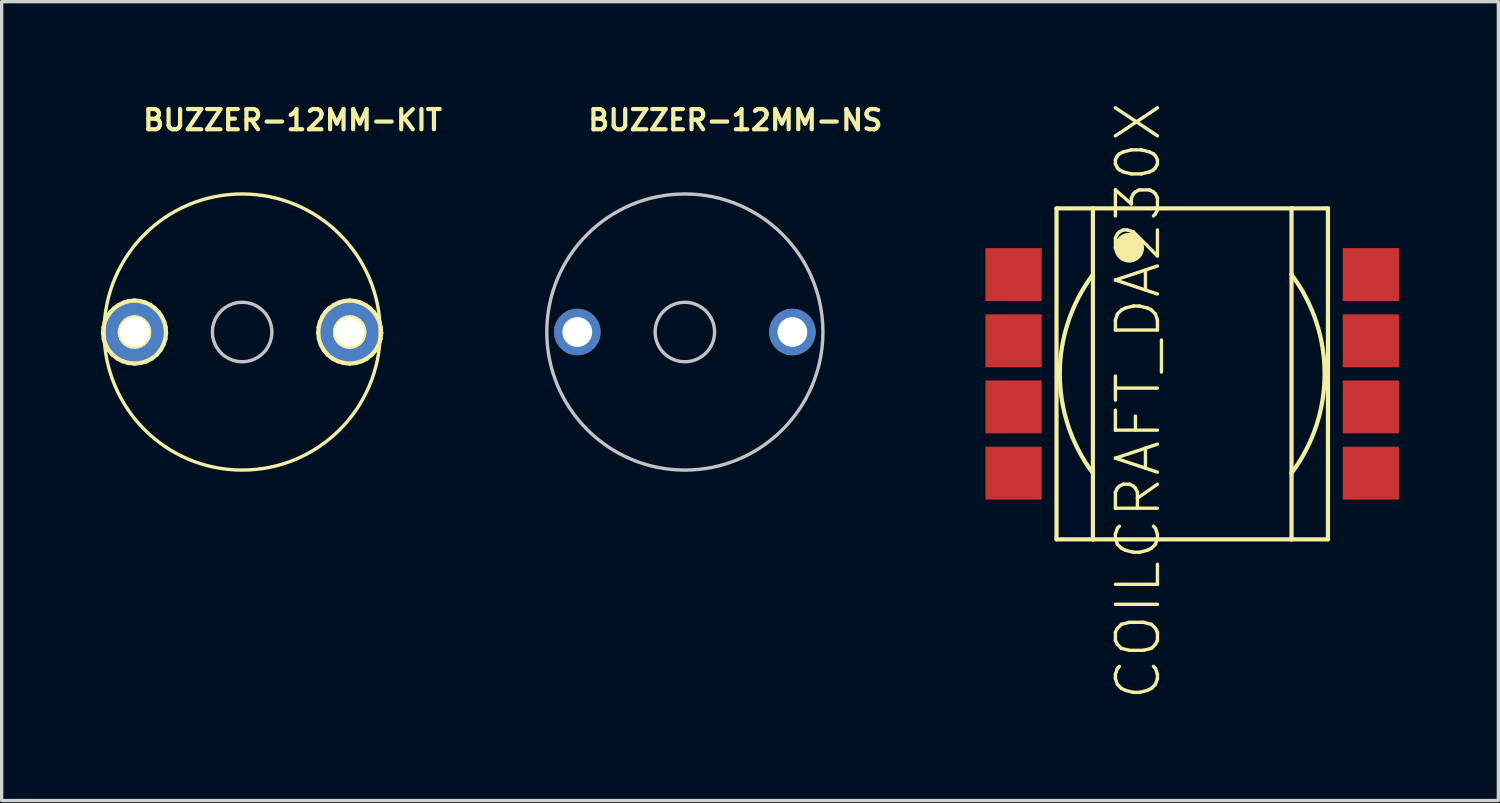
<source format=kicad_pcb>
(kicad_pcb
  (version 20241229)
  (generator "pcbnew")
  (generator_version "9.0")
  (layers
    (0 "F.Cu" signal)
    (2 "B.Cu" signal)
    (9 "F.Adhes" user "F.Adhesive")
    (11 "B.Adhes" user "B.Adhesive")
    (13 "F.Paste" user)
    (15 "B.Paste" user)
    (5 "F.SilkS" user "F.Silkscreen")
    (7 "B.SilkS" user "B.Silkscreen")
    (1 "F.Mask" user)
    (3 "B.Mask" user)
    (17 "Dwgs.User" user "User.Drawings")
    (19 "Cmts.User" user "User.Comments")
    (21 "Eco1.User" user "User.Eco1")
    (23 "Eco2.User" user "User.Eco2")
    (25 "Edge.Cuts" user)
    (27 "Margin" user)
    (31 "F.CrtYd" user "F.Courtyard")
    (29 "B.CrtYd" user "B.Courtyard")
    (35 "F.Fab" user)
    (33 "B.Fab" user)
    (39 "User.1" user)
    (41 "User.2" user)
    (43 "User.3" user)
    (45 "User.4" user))
  (footprint "COILCRAFT_DA230X"
    (layer "F.Cu")
    (at 32.966 8.244)
    (property "Reference" "COILCRAFT_DA230X" (at -1.633 0.823 90) (layer "F.SilkS") (effects (font (size 1.27 1.27) (thickness 0.102))))
    (attr smd)
    (fp_line (start -4.1 -4.999) (end -4.1 4.999) (stroke (width 0.127) (type solid)) (layer "F.SilkS"))
    (fp_line (start -4.1 -4.999) (end -3 -4.999) (stroke (width 0.127) (type solid)) (layer "F.SilkS"))
    (fp_line (start -4.1 4.999) (end -3 4.999) (stroke (width 0.127) (type solid)) (layer "F.SilkS"))
    (fp_line (start -3 -4.999) (end -3 -3) (stroke (width 0.127) (type solid)) (layer "F.SilkS"))
    (fp_line (start -3 -4.999) (end 3 -4.999) (stroke (width 0.127) (type solid)) (layer "F.SilkS"))
    (fp_line (start -3 -3) (end -3 3) (stroke (width 0.127) (type solid)) (layer "F.SilkS"))
    (fp_line (start -3 3) (end -3 4.999) (stroke (width 0.127) (type solid)) (layer "F.SilkS"))
    (fp_line (start -3 4.999) (end 3 4.999) (stroke (width 0.127) (type solid)) (layer "F.SilkS"))
    (fp_line (start 3 -4.999) (end 3 -3) (stroke (width 0.127) (type solid)) (layer "F.SilkS"))
    (fp_line (start 3 -4.999) (end 4.1 -4.999) (stroke (width 0.127) (type solid)) (layer "F.SilkS"))
    (fp_line (start 3 -3) (end 3 3) (stroke (width 0.127) (type solid)) (layer "F.SilkS"))
    (fp_line (start 3 3) (end 3 4.999) (stroke (width 0.127) (type solid)) (layer "F.SilkS"))
    (fp_line (start 3 4.999) (end 4.1 4.999) (stroke (width 0.127) (type solid)) (layer "F.SilkS"))
    (fp_line (start 4.1 -4.999) (end 4.1 4.999) (stroke (width 0.127) (type solid)) (layer "F.SilkS"))
    (fp_arc (start -2.99974 2.99974) (mid -3.999991 0.002752) (end -3.003041 -2.995336) (stroke (width 0.127) (type solid)) (layer "F.SilkS"))
    (fp_arc (start 2.99974 -2.99974) (mid 3.999991 -0.002752) (end 3.003041 2.995336) (stroke (width 0.127) (type solid)) (layer "F.SilkS"))
    (fp_circle (center -1.905 -3.81) (end -2.223 -4.128) (stroke (width 0) (type solid)) (fill yes) (layer "F.SilkS"))
    (pad "P$1" smd rect (at -5.397 -3) (size 1.699 1.598) (layers "F.Cu" "F.Mask" "F.Paste"))
    (pad "P$2" smd rect (at -5.397 -0.998) (size 1.699 1.598) (layers "F.Cu" "F.Mask" "F.Paste"))
    (pad "P$3" smd rect (at -5.397 0.998) (size 1.699 1.598) (layers "F.Cu" "F.Mask" "F.Paste"))
    (pad "P$4" smd rect (at -5.397 3) (size 1.699 1.598) (layers "F.Cu" "F.Mask" "F.Paste"))
    (pad "P$5" smd rect (at 5.397 3) (size 1.699 1.598) (layers "F.Cu" "F.Mask" "F.Paste"))
    (pad "P$6" smd rect (at 5.397 0.998) (size 1.699 1.598) (layers "F.Cu" "F.Mask" "F.Paste"))
    (pad "P$7" smd rect (at 5.397 -0.998) (size 1.699 1.598) (layers "F.Cu" "F.Mask" "F.Paste"))
    (pad "P$8" smd rect (at 5.397 -3) (size 1.699 1.598) (layers "F.Cu" "F.Mask" "F.Paste")))
  (footprint "BUZZER-12MM-KIT"
    (layer "F.Cu")
    (at 4.265 6.98)
    (property "Reference" "BUZZER-12MM-KIT" (at 1.524 -6.401 0) (layer "F.SilkS") (effects (font (size 0.61 0.61) (thickness 0.127))))
    (attr exclude_from_pos_files exclude_from_bom)
    (fp_line (start -4.201 0.02) (end -4.188 -0.142) (stroke (width 0.127) (type solid)) (layer "F.SilkS"))
    (fp_line (start -4.188 -0.142) (end -4.148 -0.307) (stroke (width 0.127) (type solid)) (layer "F.SilkS"))
    (fp_line (start -4.181 0.206) (end -4.201 0.02) (stroke (width 0.127) (type solid)) (layer "F.SilkS"))
    (fp_line (start -4.148 -0.307) (end -4.079 -0.46) (stroke (width 0.127) (type solid)) (layer "F.SilkS"))
    (fp_line (start -4.125 0.381) (end -4.181 0.206) (stroke (width 0.127) (type solid)) (layer "F.SilkS"))
    (fp_line (start -4.079 -0.46) (end -3.985 -0.599) (stroke (width 0.127) (type solid)) (layer "F.SilkS"))
    (fp_line (start -4.036 0.544) (end -4.125 0.381) (stroke (width 0.127) (type solid)) (layer "F.SilkS"))
    (fp_line (start -3.985 -0.599) (end -3.866 -0.719) (stroke (width 0.127) (type solid)) (layer "F.SilkS"))
    (fp_line (start -3.917 0.683) (end -4.036 0.544) (stroke (width 0.127) (type solid)) (layer "F.SilkS"))
    (fp_line (start -3.866 -0.719) (end -3.731 -0.815) (stroke (width 0.127) (type solid)) (layer "F.SilkS"))
    (fp_line (start -3.772 0.8) (end -3.917 0.683) (stroke (width 0.127) (type solid)) (layer "F.SilkS"))
    (fp_line (start -3.731 -0.815) (end -3.579 -0.889) (stroke (width 0.127) (type solid)) (layer "F.SilkS"))
    (fp_line (start -3.696 0.018) (end -3.686 -0.081) (stroke (width 0.127) (type solid)) (layer "F.SilkS"))
    (fp_line (start -3.686 -0.081) (end -3.655 -0.178) (stroke (width 0.127) (type solid)) (layer "F.SilkS"))
    (fp_line (start -3.68 0.114) (end -3.696 0.018) (stroke (width 0.127) (type solid)) (layer "F.SilkS"))
    (fp_line (start -3.655 -0.178) (end -3.602 -0.264) (stroke (width 0.127) (type solid)) (layer "F.SilkS"))
    (fp_line (start -3.647 0.206) (end -3.68 0.114) (stroke (width 0.127) (type solid)) (layer "F.SilkS"))
    (fp_line (start -3.609 0.884) (end -3.772 0.8) (stroke (width 0.127) (type solid)) (layer "F.SilkS"))
    (fp_line (start -3.602 -0.264) (end -3.531 -0.34) (stroke (width 0.127) (type solid)) (layer "F.SilkS"))
    (fp_line (start -3.594 0.287) (end -3.647 0.206) (stroke (width 0.127) (type solid)) (layer "F.SilkS"))
    (fp_line (start -3.579 -0.889) (end -3.416 -0.935) (stroke (width 0.127) (type solid)) (layer "F.SilkS"))
    (fp_line (start -3.531 -0.34) (end -3.447 -0.396) (stroke (width 0.127) (type solid)) (layer "F.SilkS"))
    (fp_line (start -3.523 0.356) (end -3.594 0.287) (stroke (width 0.127) (type solid)) (layer "F.SilkS"))
    (fp_line (start -3.447 -0.396) (end -3.35 -0.432) (stroke (width 0.127) (type solid)) (layer "F.SilkS"))
    (fp_line (start -3.439 0.404) (end -3.523 0.356) (stroke (width 0.127) (type solid)) (layer "F.SilkS"))
    (fp_line (start -3.432 0.935) (end -3.609 0.884) (stroke (width 0.127) (type solid)) (layer "F.SilkS"))
    (fp_line (start -3.416 -0.935) (end -3.251 -0.953) (stroke (width 0.127) (type solid)) (layer "F.SilkS"))
    (fp_line (start -3.35 -0.432) (end -3.251 -0.445) (stroke (width 0.127) (type solid)) (layer "F.SilkS"))
    (fp_line (start -3.348 0.434) (end -3.439 0.404) (stroke (width 0.127) (type solid)) (layer "F.SilkS"))
    (fp_line (start -3.251 -0.953) (end -3.084 -0.935) (stroke (width 0.127) (type solid)) (layer "F.SilkS"))
    (fp_line (start -3.251 -0.445) (end -3.15 -0.432) (stroke (width 0.127) (type solid)) (layer "F.SilkS"))
    (fp_line (start -3.251 0.445) (end -3.348 0.434) (stroke (width 0.127) (type solid)) (layer "F.SilkS"))
    (fp_line (start -3.249 0.953) (end -3.432 0.935) (stroke (width 0.127) (type solid)) (layer "F.SilkS"))
    (fp_line (start -3.152 0.434) (end -3.251 0.445) (stroke (width 0.127) (type solid)) (layer "F.SilkS"))
    (fp_line (start -3.15 -0.432) (end -3.056 -0.399) (stroke (width 0.127) (type solid)) (layer "F.SilkS"))
    (fp_line (start -3.084 -0.935) (end -2.921 -0.889) (stroke (width 0.127) (type solid)) (layer "F.SilkS"))
    (fp_line (start -3.063 0.935) (end -3.249 0.953) (stroke (width 0.127) (type solid)) (layer "F.SilkS"))
    (fp_line (start -3.061 0.401) (end -3.152 0.434) (stroke (width 0.127) (type solid)) (layer "F.SilkS"))
    (fp_line (start -3.056 -0.399) (end -2.972 -0.343) (stroke (width 0.127) (type solid)) (layer "F.SilkS"))
    (fp_line (start -2.977 0.351) (end -3.061 0.401) (stroke (width 0.127) (type solid)) (layer "F.SilkS"))
    (fp_line (start -2.972 -0.343) (end -2.901 -0.272) (stroke (width 0.127) (type solid)) (layer "F.SilkS"))
    (fp_line (start -2.921 -0.889) (end -2.769 -0.815) (stroke (width 0.127) (type solid)) (layer "F.SilkS"))
    (fp_line (start -2.906 0.282) (end -2.977 0.351) (stroke (width 0.127) (type solid)) (layer "F.SilkS"))
    (fp_line (start -2.901 -0.272) (end -2.85 -0.185) (stroke (width 0.127) (type solid)) (layer "F.SilkS"))
    (fp_line (start -2.888 0.884) (end -3.063 0.935) (stroke (width 0.127) (type solid)) (layer "F.SilkS"))
    (fp_line (start -2.852 0.198) (end -2.906 0.282) (stroke (width 0.127) (type solid)) (layer "F.SilkS"))
    (fp_line (start -2.85 -0.185) (end -2.817 -0.089) (stroke (width 0.127) (type solid)) (layer "F.SilkS"))
    (fp_line (start -2.819 0.107) (end -2.852 0.198) (stroke (width 0.127) (type solid)) (layer "F.SilkS"))
    (fp_line (start -2.817 -0.089) (end -2.809 0.008) (stroke (width 0.127) (type solid)) (layer "F.SilkS"))
    (fp_line (start -2.809 0.008) (end -2.819 0.107) (stroke (width 0.127) (type solid)) (layer "F.SilkS"))
    (fp_line (start -2.769 -0.815) (end -2.634 -0.716) (stroke (width 0.127) (type solid)) (layer "F.SilkS"))
    (fp_line (start -2.725 0.8) (end -2.888 0.884) (stroke (width 0.127) (type solid)) (layer "F.SilkS"))
    (fp_line (start -2.634 -0.716) (end -2.517 -0.597) (stroke (width 0.127) (type solid)) (layer "F.SilkS"))
    (fp_line (start -2.581 0.683) (end -2.725 0.8) (stroke (width 0.127) (type solid)) (layer "F.SilkS"))
    (fp_line (start -2.517 -0.597) (end -2.423 -0.457) (stroke (width 0.127) (type solid)) (layer "F.SilkS"))
    (fp_line (start -2.464 0.544) (end -2.581 0.683) (stroke (width 0.127) (type solid)) (layer "F.SilkS"))
    (fp_line (start -2.423 -0.457) (end -2.352 -0.305) (stroke (width 0.127) (type solid)) (layer "F.SilkS"))
    (fp_line (start -2.375 0.381) (end -2.464 0.544) (stroke (width 0.127) (type solid)) (layer "F.SilkS"))
    (fp_line (start -2.352 -0.305) (end -2.311 -0.14) (stroke (width 0.127) (type solid)) (layer "F.SilkS"))
    (fp_line (start -2.319 0.206) (end -2.375 0.381) (stroke (width 0.127) (type solid)) (layer "F.SilkS"))
    (fp_line (start -2.311 -0.14) (end -2.299 0.025) (stroke (width 0.127) (type solid)) (layer "F.SilkS"))
    (fp_line (start -2.299 0.025) (end -2.319 0.206) (stroke (width 0.127) (type solid)) (layer "F.SilkS"))
    (fp_line (start 2.299 0.02) (end 2.311 -0.142) (stroke (width 0.127) (type solid)) (layer "F.SilkS"))
    (fp_line (start 2.311 -0.142) (end 2.352 -0.307) (stroke (width 0.127) (type solid)) (layer "F.SilkS"))
    (fp_line (start 2.319 0.206) (end 2.299 0.02) (stroke (width 0.127) (type solid)) (layer "F.SilkS"))
    (fp_line (start 2.352 -0.307) (end 2.421 -0.46) (stroke (width 0.127) (type solid)) (layer "F.SilkS"))
    (fp_line (start 2.375 0.381) (end 2.319 0.206) (stroke (width 0.127) (type solid)) (layer "F.SilkS"))
    (fp_line (start 2.421 -0.46) (end 2.515 -0.599) (stroke (width 0.127) (type solid)) (layer "F.SilkS"))
    (fp_line (start 2.464 0.544) (end 2.375 0.381) (stroke (width 0.127) (type solid)) (layer "F.SilkS"))
    (fp_line (start 2.515 -0.599) (end 2.634 -0.719) (stroke (width 0.127) (type solid)) (layer "F.SilkS"))
    (fp_line (start 2.583 0.683) (end 2.464 0.544) (stroke (width 0.127) (type solid)) (layer "F.SilkS"))
    (fp_line (start 2.634 -0.719) (end 2.769 -0.815) (stroke (width 0.127) (type solid)) (layer "F.SilkS"))
    (fp_line (start 2.728 0.8) (end 2.583 0.683) (stroke (width 0.127) (type solid)) (layer "F.SilkS"))
    (fp_line (start 2.769 -0.815) (end 2.921 -0.889) (stroke (width 0.127) (type solid)) (layer "F.SilkS"))
    (fp_line (start 2.807 0.018) (end 2.814 -0.081) (stroke (width 0.127) (type solid)) (layer "F.SilkS"))
    (fp_line (start 2.814 -0.081) (end 2.845 -0.178) (stroke (width 0.127) (type solid)) (layer "F.SilkS"))
    (fp_line (start 2.819 0.114) (end 2.807 0.018) (stroke (width 0.127) (type solid)) (layer "F.SilkS"))
    (fp_line (start 2.845 -0.178) (end 2.898 -0.264) (stroke (width 0.127) (type solid)) (layer "F.SilkS"))
    (fp_line (start 2.852 0.206) (end 2.819 0.114) (stroke (width 0.127) (type solid)) (layer "F.SilkS"))
    (fp_line (start 2.891 0.884) (end 2.728 0.8) (stroke (width 0.127) (type solid)) (layer "F.SilkS"))
    (fp_line (start 2.898 -0.264) (end 2.969 -0.34) (stroke (width 0.127) (type solid)) (layer "F.SilkS"))
    (fp_line (start 2.906 0.287) (end 2.852 0.206) (stroke (width 0.127) (type solid)) (layer "F.SilkS"))
    (fp_line (start 2.921 -0.889) (end 3.084 -0.935) (stroke (width 0.127) (type solid)) (layer "F.SilkS"))
    (fp_line (start 2.969 -0.34) (end 3.053 -0.396) (stroke (width 0.127) (type solid)) (layer "F.SilkS"))
    (fp_line (start 2.977 0.356) (end 2.906 0.287) (stroke (width 0.127) (type solid)) (layer "F.SilkS"))
    (fp_line (start 3.053 -0.396) (end 3.15 -0.432) (stroke (width 0.127) (type solid)) (layer "F.SilkS"))
    (fp_line (start 3.061 0.404) (end 2.977 0.356) (stroke (width 0.127) (type solid)) (layer "F.SilkS"))
    (fp_line (start 3.068 0.935) (end 2.891 0.884) (stroke (width 0.127) (type solid)) (layer "F.SilkS"))
    (fp_line (start 3.084 -0.935) (end 3.251 -0.953) (stroke (width 0.127) (type solid)) (layer "F.SilkS"))
    (fp_line (start 3.15 -0.432) (end 3.251 -0.445) (stroke (width 0.127) (type solid)) (layer "F.SilkS"))
    (fp_line (start 3.152 0.434) (end 3.061 0.404) (stroke (width 0.127) (type solid)) (layer "F.SilkS"))
    (fp_line (start 3.251 -0.953) (end 3.416 -0.935) (stroke (width 0.127) (type solid)) (layer "F.SilkS"))
    (fp_line (start 3.251 -0.445) (end 3.35 -0.432) (stroke (width 0.127) (type solid)) (layer "F.SilkS"))
    (fp_line (start 3.251 0.445) (end 3.152 0.434) (stroke (width 0.127) (type solid)) (layer "F.SilkS"))
    (fp_line (start 3.251 0.953) (end 3.068 0.935) (stroke (width 0.127) (type solid)) (layer "F.SilkS"))
    (fp_line (start 3.348 0.434) (end 3.251 0.445) (stroke (width 0.127) (type solid)) (layer "F.SilkS"))
    (fp_line (start 3.35 -0.432) (end 3.444 -0.399) (stroke (width 0.127) (type solid)) (layer "F.SilkS"))
    (fp_line (start 3.416 -0.935) (end 3.579 -0.889) (stroke (width 0.127) (type solid)) (layer "F.SilkS"))
    (fp_line (start 3.437 0.935) (end 3.251 0.953) (stroke (width 0.127) (type solid)) (layer "F.SilkS"))
    (fp_line (start 3.439 0.401) (end 3.348 0.434) (stroke (width 0.127) (type solid)) (layer "F.SilkS"))
    (fp_line (start 3.444 -0.399) (end 3.528 -0.343) (stroke (width 0.127) (type solid)) (layer "F.SilkS"))
    (fp_line (start 3.523 0.351) (end 3.439 0.401) (stroke (width 0.127) (type solid)) (layer "F.SilkS"))
    (fp_line (start 3.528 -0.343) (end 3.599 -0.272) (stroke (width 0.127) (type solid)) (layer "F.SilkS"))
    (fp_line (start 3.579 -0.889) (end 3.731 -0.815) (stroke (width 0.127) (type solid)) (layer "F.SilkS"))
    (fp_line (start 3.594 0.282) (end 3.523 0.351) (stroke (width 0.127) (type solid)) (layer "F.SilkS"))
    (fp_line (start 3.599 -0.272) (end 3.65 -0.185) (stroke (width 0.127) (type solid)) (layer "F.SilkS"))
    (fp_line (start 3.612 0.884) (end 3.437 0.935) (stroke (width 0.127) (type solid)) (layer "F.SilkS"))
    (fp_line (start 3.647 0.198) (end 3.594 0.282) (stroke (width 0.127) (type solid)) (layer "F.SilkS"))
    (fp_line (start 3.65 -0.185) (end 3.683 -0.089) (stroke (width 0.127) (type solid)) (layer "F.SilkS"))
    (fp_line (start 3.68 0.107) (end 3.647 0.198) (stroke (width 0.127) (type solid)) (layer "F.SilkS"))
    (fp_line (start 3.683 -0.089) (end 3.691 0.008) (stroke (width 0.127) (type solid)) (layer "F.SilkS"))
    (fp_line (start 3.691 0.008) (end 3.68 0.107) (stroke (width 0.127) (type solid)) (layer "F.SilkS"))
    (fp_line (start 3.731 -0.815) (end 3.866 -0.716) (stroke (width 0.127) (type solid)) (layer "F.SilkS"))
    (fp_line (start 3.774 0.8) (end 3.612 0.884) (stroke (width 0.127) (type solid)) (layer "F.SilkS"))
    (fp_line (start 3.866 -0.716) (end 3.983 -0.597) (stroke (width 0.127) (type solid)) (layer "F.SilkS"))
    (fp_line (start 3.919 0.683) (end 3.774 0.8) (stroke (width 0.127) (type solid)) (layer "F.SilkS"))
    (fp_line (start 3.983 -0.597) (end 4.077 -0.457) (stroke (width 0.127) (type solid)) (layer "F.SilkS"))
    (fp_line (start 4.036 0.544) (end 3.919 0.683) (stroke (width 0.127) (type solid)) (layer "F.SilkS"))
    (fp_line (start 4.077 -0.457) (end 4.148 -0.305) (stroke (width 0.127) (type solid)) (layer "F.SilkS"))
    (fp_line (start 4.125 0.381) (end 4.036 0.544) (stroke (width 0.127) (type solid)) (layer "F.SilkS"))
    (fp_line (start 4.148 -0.305) (end 4.188 -0.14) (stroke (width 0.127) (type solid)) (layer "F.SilkS"))
    (fp_line (start 4.181 0.206) (end 4.125 0.381) (stroke (width 0.127) (type solid)) (layer "F.SilkS"))
    (fp_line (start 4.188 -0.14) (end 4.201 0.025) (stroke (width 0.127) (type solid)) (layer "F.SilkS"))
    (fp_line (start 4.201 0.025) (end 4.181 0.206) (stroke (width 0.127) (type solid)) (layer "F.SilkS"))
    (fp_circle (center 0 0) (end -2.949 2.949) (stroke (width 0.102) (type solid)) (fill no) (layer "F.SilkS"))
    (fp_circle (center 0 0) (end -0.635 0.635) (stroke (width 0.102) (type solid)) (fill no) (layer "Dwgs.User"))
    (pad "+" thru_hole circle (at 3.249 0) (size 1.88 1.88) (drill 0.899) (layers "*.Cu" "*.Paste" "*.Mask"))
    (pad "-" thru_hole circle (at -3.249 0) (size 1.88 1.88) (drill 0.899) (layers "*.Cu" "*.Paste" "*.Mask")))
  (footprint "BUZZER-12MM-NS"
    (layer "F.Cu")
    (at 17.639 6.98)
    (property "Reference" "BUZZER-12MM-NS" (at 1.524 -6.401 0) (layer "F.SilkS") (effects (font (size 0.61 0.61) (thickness 0.127))))
    (attr exclude_from_pos_files exclude_from_bom)
    (fp_circle (center 0 0) (end -2.949 2.949) (stroke (width 0.102) (type solid)) (fill no) (layer "Dwgs.User"))
    (fp_circle (center 0 0) (end -0.635 0.635) (stroke (width 0.102) (type solid)) (fill no) (layer "Dwgs.User"))
    (pad "+" thru_hole circle (at 3.249 0) (size 1.407 1.407) (drill 0.899) (layers "*.Cu" "*.Paste" "*.Mask"))
    (pad "-" thru_hole circle (at -3.249 0) (size 1.407 1.407) (drill 0.899) (layers "*.Cu" "*.Paste" "*.Mask")))
  (gr_rect
    (start -3 -3)
    (end 42.214 21.133)
    (stroke (width 0.1) (type default))
    (fill no)
    (layer "Edge.Cuts")))
</source>
